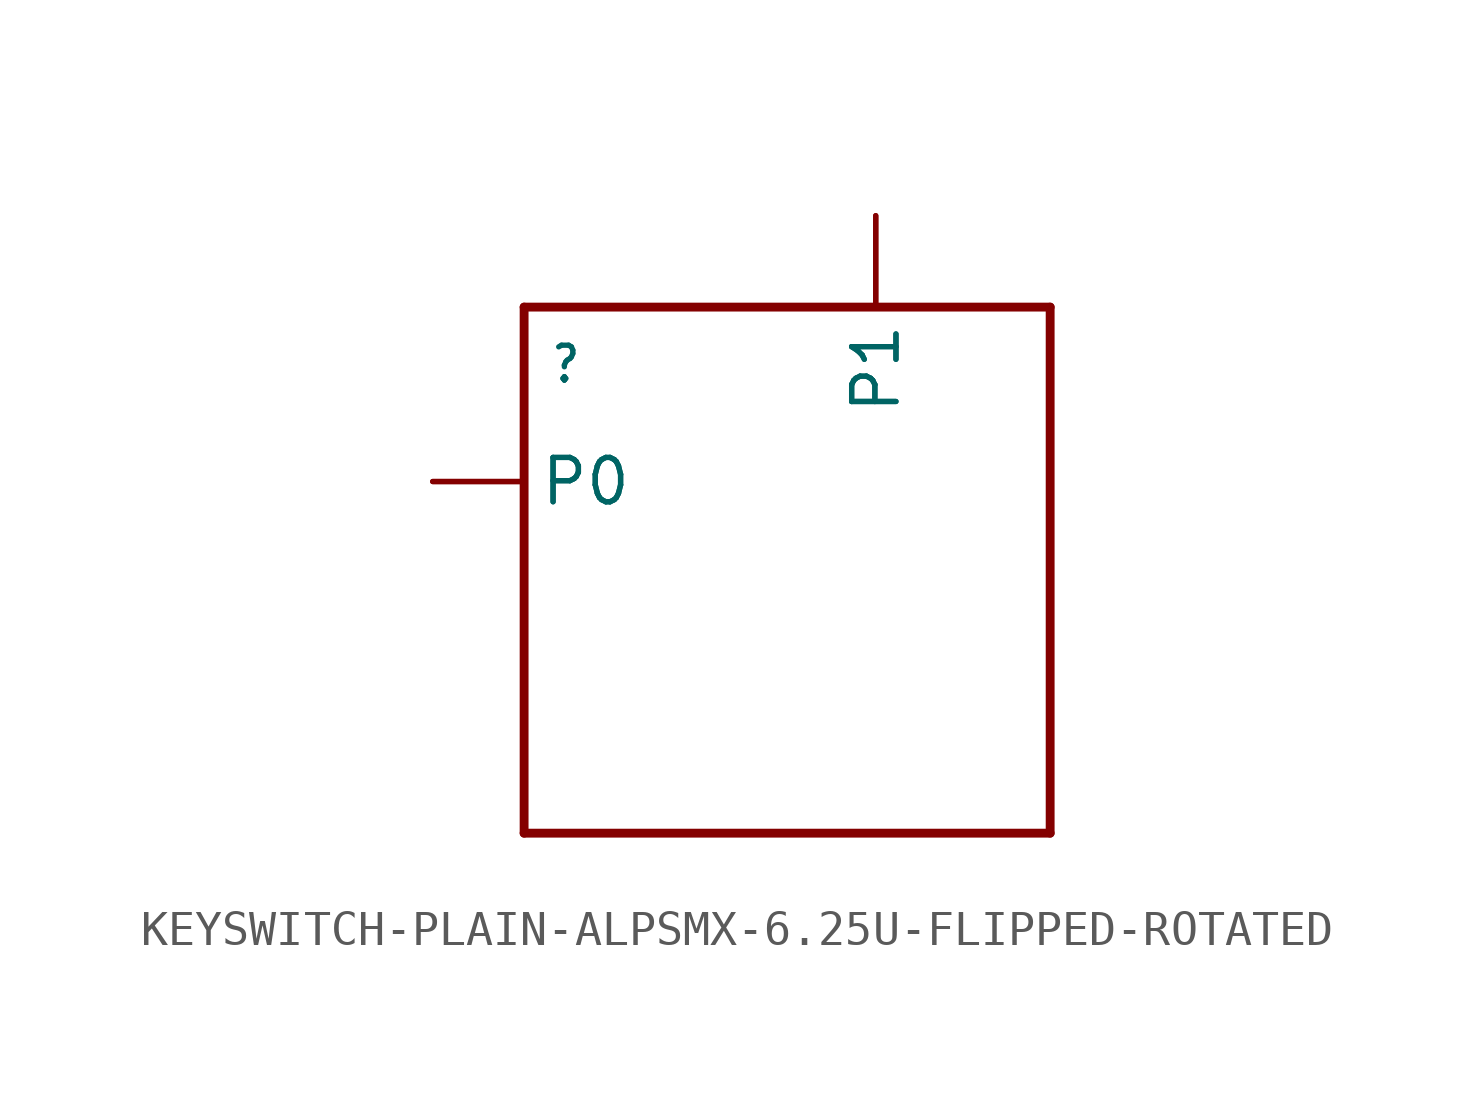
<source format=kicad_sym>
(kicad_symbol_lib
  (version 20211014)
  (generator kicad_symbol_editor)
  (symbol "KEYSWITCH-PLAIN-ALPSMX-6.25U-FLIPPED-ROTATED"
    (property "Reference" ""
      (at -6.81 5.318 0)
      (effects (font (size 1 0.85)) (justify left bottom)))
    (property "ki_locked" ""
      (at 0 0 0)
      (effects (font (size 1.27 1.27))))
    (symbol "KEYSWITCH-PLAIN-ALPSMX-6.25U-FLIPPED-ROTATED_1_0"
      (polyline (pts (xy -7.54 -7.54) (xy -7.54 7.54)) (stroke (width 0.254) (type default) (color 0 0 0 0)) (fill (type none)))
      (polyline (pts (xy -7.54 7.54) (xy 7.54 7.54)) (stroke (width 0.254) (type default) (color 0 0 0 0)) (fill (type none)))
      (polyline (pts (xy 7.54 -7.54) (xy -7.54 -7.54)) (stroke (width 0.254) (type default) (color 0 0 0 0)) (fill (type none)))
      (polyline (pts (xy 7.54 7.54) (xy 7.54 -7.54)) (stroke (width 0.254) (type default) (color 0 0 0 0)) (fill (type none)))
      (pin bidirectional line (at -10.16 2.54 0) (length 2.54) (name "P0" (effects (font (size 1.27 1.27)))) (number "ALPS1" (effects (font (size 0 0)))))
      (pin bidirectional line (at 2.54 10.16 270) (length 2.54) (name "P1" (effects (font (size 1.27 1.27)))) (number "ALPS2" (effects (font (size 0 0)))))
      (pin bidirectional line (at -10.16 2.54 0) (length 2.54) (name "P0" (effects (font (size 1.27 1.27)))) (number "MX1" (effects (font (size 0 0)))))
      (pin bidirectional line (at 2.54 10.16 270) (length 2.54) (name "P1" (effects (font (size 1.27 1.27)))) (number "MX2" (effects (font (size 0 0))))))))
</source>
